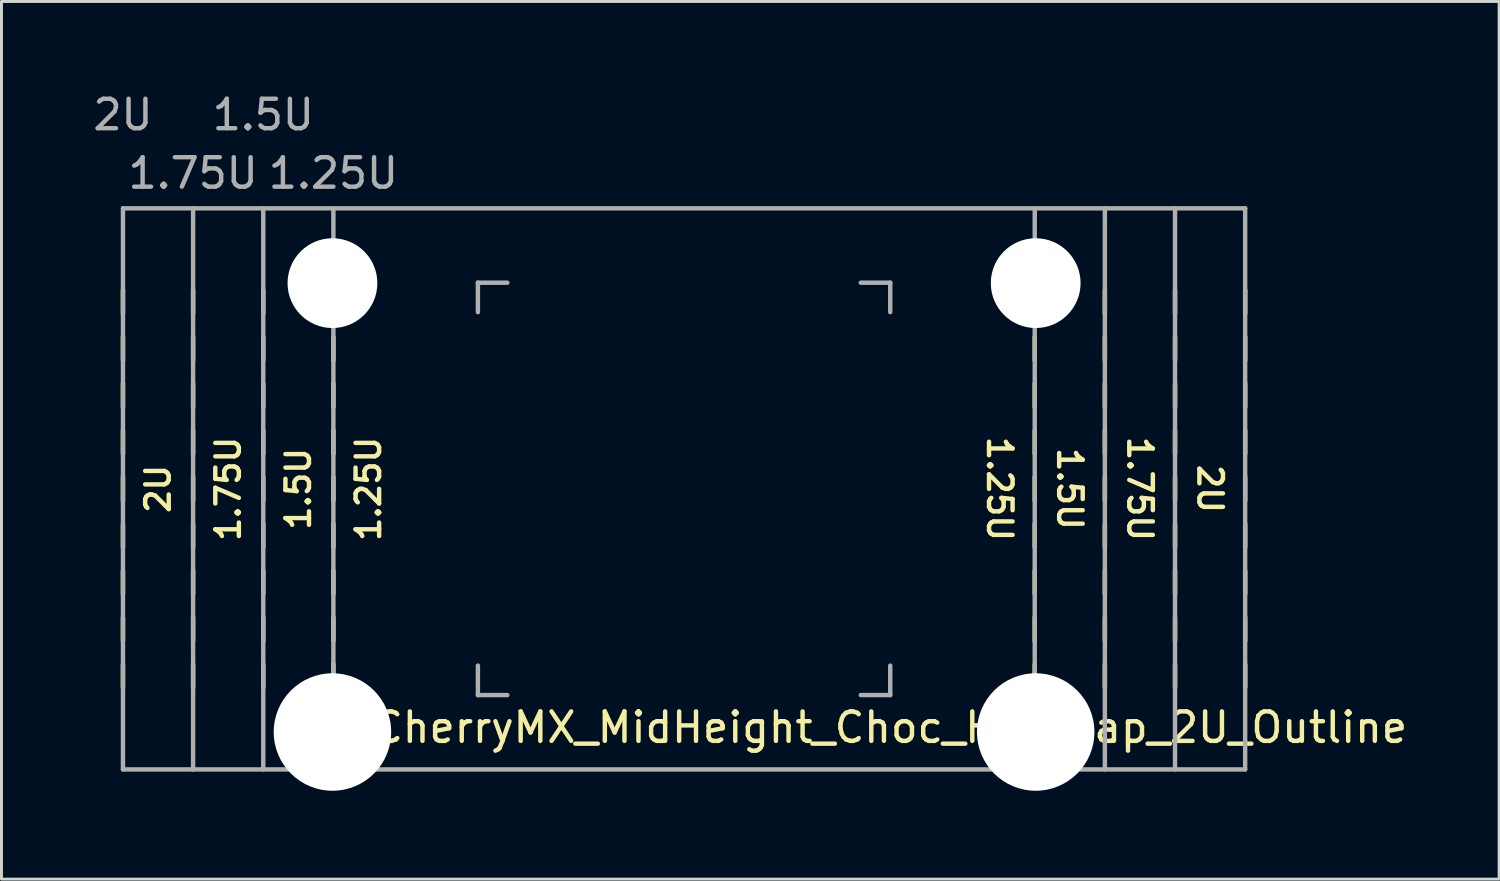
<source format=kicad_pcb>
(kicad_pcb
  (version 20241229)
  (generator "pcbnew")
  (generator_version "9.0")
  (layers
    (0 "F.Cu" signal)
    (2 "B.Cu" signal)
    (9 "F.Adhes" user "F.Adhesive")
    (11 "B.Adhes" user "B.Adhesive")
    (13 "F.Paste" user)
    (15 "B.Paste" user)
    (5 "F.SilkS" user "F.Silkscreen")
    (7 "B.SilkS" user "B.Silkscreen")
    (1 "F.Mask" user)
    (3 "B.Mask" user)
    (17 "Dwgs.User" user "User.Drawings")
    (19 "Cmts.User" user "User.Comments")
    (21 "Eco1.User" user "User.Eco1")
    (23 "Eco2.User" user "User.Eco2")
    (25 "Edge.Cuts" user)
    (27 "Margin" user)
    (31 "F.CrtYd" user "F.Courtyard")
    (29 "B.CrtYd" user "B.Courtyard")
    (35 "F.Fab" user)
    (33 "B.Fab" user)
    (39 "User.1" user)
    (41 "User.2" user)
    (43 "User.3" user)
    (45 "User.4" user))
  (footprint "CherryMX_MidHeight_Choc_Hotswap_2U_Outline"
    (layer "F.Cu")
    (at 20.175 13.548)
    (property "Reference" "CherryMX_MidHeight_Choc_Hotswap_2U_Outline" (at 7 8.1 0) (layer "F.SilkS") (effects (font (size 1 1) (thickness 0.15))))
    (attr through_hole)
    (fp_line (start -19.05 -5.953) (end -19.05 -6.747) (stroke (width 0.15) (type solid)) (layer "F.SilkS"))
    (fp_line (start -19.05 -4.366) (end -19.05 -5.159) (stroke (width 0.15) (type solid)) (layer "F.SilkS"))
    (fp_line (start -19.05 -2.778) (end -19.05 -3.572) (stroke (width 0.15) (type solid)) (layer "F.SilkS"))
    (fp_line (start -19.05 -1.191) (end -19.05 -1.984) (stroke (width 0.15) (type solid)) (layer "F.SilkS"))
    (fp_line (start -19.05 -0.397) (end -19.05 0.397) (stroke (width 0.15) (type solid)) (layer "F.SilkS"))
    (fp_line (start -19.05 1.191) (end -19.05 1.984) (stroke (width 0.15) (type solid)) (layer "F.SilkS"))
    (fp_line (start -19.05 2.778) (end -19.05 3.572) (stroke (width 0.15) (type solid)) (layer "F.SilkS"))
    (fp_line (start -19.05 4.366) (end -19.05 5.159) (stroke (width 0.15) (type solid)) (layer "F.SilkS"))
    (fp_line (start -19.05 5.953) (end -19.05 6.747) (stroke (width 0.15) (type solid)) (layer "F.SilkS"))
    (fp_line (start -16.669 -5.953) (end -16.669 -6.747) (stroke (width 0.15) (type solid)) (layer "F.SilkS"))
    (fp_line (start -16.669 -4.366) (end -16.669 -5.159) (stroke (width 0.15) (type solid)) (layer "F.SilkS"))
    (fp_line (start -16.669 -2.778) (end -16.669 -3.572) (stroke (width 0.15) (type solid)) (layer "F.SilkS"))
    (fp_line (start -16.669 -1.191) (end -16.669 -1.984) (stroke (width 0.15) (type solid)) (layer "F.SilkS"))
    (fp_line (start -16.669 -0.397) (end -16.669 0.397) (stroke (width 0.15) (type solid)) (layer "F.SilkS"))
    (fp_line (start -16.669 1.191) (end -16.669 1.984) (stroke (width 0.15) (type solid)) (layer "F.SilkS"))
    (fp_line (start -16.669 2.778) (end -16.669 3.572) (stroke (width 0.15) (type solid)) (layer "F.SilkS"))
    (fp_line (start -16.669 4.366) (end -16.669 5.159) (stroke (width 0.15) (type solid)) (layer "F.SilkS"))
    (fp_line (start -16.669 5.953) (end -16.669 6.747) (stroke (width 0.15) (type solid)) (layer "F.SilkS"))
    (fp_line (start -14.287 -5.953) (end -14.287 -6.747) (stroke (width 0.15) (type solid)) (layer "F.SilkS"))
    (fp_line (start -14.287 -4.366) (end -14.287 -5.159) (stroke (width 0.15) (type solid)) (layer "F.SilkS"))
    (fp_line (start -14.287 -2.778) (end -14.287 -3.572) (stroke (width 0.15) (type solid)) (layer "F.SilkS"))
    (fp_line (start -14.287 -1.191) (end -14.287 -1.984) (stroke (width 0.15) (type solid)) (layer "F.SilkS"))
    (fp_line (start -14.287 -0.397) (end -14.287 0.397) (stroke (width 0.15) (type solid)) (layer "F.SilkS"))
    (fp_line (start -14.287 1.191) (end -14.287 1.984) (stroke (width 0.15) (type solid)) (layer "F.SilkS"))
    (fp_line (start -14.287 2.778) (end -14.287 3.572) (stroke (width 0.15) (type solid)) (layer "F.SilkS"))
    (fp_line (start -14.287 4.366) (end -14.287 5.159) (stroke (width 0.15) (type solid)) (layer "F.SilkS"))
    (fp_line (start -14.287 5.953) (end -14.287 6.747) (stroke (width 0.15) (type solid)) (layer "F.SilkS"))
    (fp_line (start -11.906 -5.953) (end -11.906 -6.747) (stroke (width 0.15) (type solid)) (layer "F.SilkS"))
    (fp_line (start -11.906 -4.366) (end -11.906 -5.159) (stroke (width 0.15) (type solid)) (layer "F.SilkS"))
    (fp_line (start -11.906 -2.778) (end -11.906 -3.572) (stroke (width 0.15) (type solid)) (layer "F.SilkS"))
    (fp_line (start -11.906 -1.191) (end -11.906 -1.984) (stroke (width 0.15) (type solid)) (layer "F.SilkS"))
    (fp_line (start -11.906 -0.397) (end -11.906 0.397) (stroke (width 0.15) (type solid)) (layer "F.SilkS"))
    (fp_line (start -11.906 1.191) (end -11.906 1.984) (stroke (width 0.15) (type solid)) (layer "F.SilkS"))
    (fp_line (start -11.906 2.778) (end -11.906 3.572) (stroke (width 0.15) (type solid)) (layer "F.SilkS"))
    (fp_line (start -11.906 4.366) (end -11.906 5.159) (stroke (width 0.15) (type solid)) (layer "F.SilkS"))
    (fp_line (start -11.906 5.953) (end -11.906 6.747) (stroke (width 0.15) (type solid)) (layer "F.SilkS"))
    (fp_line (start 11.906 -5.953) (end 11.906 -6.747) (stroke (width 0.15) (type solid)) (layer "F.SilkS"))
    (fp_line (start 11.906 -4.366) (end 11.906 -5.159) (stroke (width 0.15) (type solid)) (layer "F.SilkS"))
    (fp_line (start 11.906 -2.778) (end 11.906 -3.572) (stroke (width 0.15) (type solid)) (layer "F.SilkS"))
    (fp_line (start 11.906 -1.191) (end 11.906 -1.984) (stroke (width 0.15) (type solid)) (layer "F.SilkS"))
    (fp_line (start 11.906 -0.397) (end 11.906 0.397) (stroke (width 0.15) (type solid)) (layer "F.SilkS"))
    (fp_line (start 11.906 1.191) (end 11.906 1.984) (stroke (width 0.15) (type solid)) (layer "F.SilkS"))
    (fp_line (start 11.906 2.778) (end 11.906 3.572) (stroke (width 0.15) (type solid)) (layer "F.SilkS"))
    (fp_line (start 11.906 4.366) (end 11.906 5.159) (stroke (width 0.15) (type solid)) (layer "F.SilkS"))
    (fp_line (start 11.906 5.953) (end 11.906 6.747) (stroke (width 0.15) (type solid)) (layer "F.SilkS"))
    (fp_line (start 14.287 -5.953) (end 14.287 -6.747) (stroke (width 0.15) (type solid)) (layer "F.SilkS"))
    (fp_line (start 14.287 -4.366) (end 14.287 -5.159) (stroke (width 0.15) (type solid)) (layer "F.SilkS"))
    (fp_line (start 14.287 -2.778) (end 14.287 -3.572) (stroke (width 0.15) (type solid)) (layer "F.SilkS"))
    (fp_line (start 14.287 -1.191) (end 14.287 -1.984) (stroke (width 0.15) (type solid)) (layer "F.SilkS"))
    (fp_line (start 14.287 -0.397) (end 14.287 0.397) (stroke (width 0.15) (type solid)) (layer "F.SilkS"))
    (fp_line (start 14.287 1.191) (end 14.287 1.984) (stroke (width 0.15) (type solid)) (layer "F.SilkS"))
    (fp_line (start 14.287 2.778) (end 14.287 3.572) (stroke (width 0.15) (type solid)) (layer "F.SilkS"))
    (fp_line (start 14.287 4.366) (end 14.287 5.159) (stroke (width 0.15) (type solid)) (layer "F.SilkS"))
    (fp_line (start 14.287 5.953) (end 14.287 6.747) (stroke (width 0.15) (type solid)) (layer "F.SilkS"))
    (fp_line (start 16.669 -5.953) (end 16.669 -6.747) (stroke (width 0.15) (type solid)) (layer "F.SilkS"))
    (fp_line (start 16.669 -4.366) (end 16.669 -5.159) (stroke (width 0.15) (type solid)) (layer "F.SilkS"))
    (fp_line (start 16.669 -2.778) (end 16.669 -3.572) (stroke (width 0.15) (type solid)) (layer "F.SilkS"))
    (fp_line (start 16.669 -1.191) (end 16.669 -1.984) (stroke (width 0.15) (type solid)) (layer "F.SilkS"))
    (fp_line (start 16.669 -0.397) (end 16.669 0.397) (stroke (width 0.15) (type solid)) (layer "F.SilkS"))
    (fp_line (start 16.669 1.191) (end 16.669 1.984) (stroke (width 0.15) (type solid)) (layer "F.SilkS"))
    (fp_line (start 16.669 2.778) (end 16.669 3.572) (stroke (width 0.15) (type solid)) (layer "F.SilkS"))
    (fp_line (start 16.669 4.366) (end 16.669 5.159) (stroke (width 0.15) (type solid)) (layer "F.SilkS"))
    (fp_line (start 16.669 5.953) (end 16.669 6.747) (stroke (width 0.15) (type solid)) (layer "F.SilkS"))
    (fp_line (start 19.05 -5.953) (end 19.05 -6.747) (stroke (width 0.15) (type solid)) (layer "F.SilkS"))
    (fp_line (start 19.05 -4.366) (end 19.05 -5.159) (stroke (width 0.15) (type solid)) (layer "F.SilkS"))
    (fp_line (start 19.05 -2.778) (end 19.05 -3.572) (stroke (width 0.15) (type solid)) (layer "F.SilkS"))
    (fp_line (start 19.05 -1.191) (end 19.05 -1.984) (stroke (width 0.15) (type solid)) (layer "F.SilkS"))
    (fp_line (start 19.05 -0.397) (end 19.05 0.397) (stroke (width 0.15) (type solid)) (layer "F.SilkS"))
    (fp_line (start 19.05 1.191) (end 19.05 1.984) (stroke (width 0.15) (type solid)) (layer "F.SilkS"))
    (fp_line (start 19.05 2.778) (end 19.05 3.572) (stroke (width 0.15) (type solid)) (layer "F.SilkS"))
    (fp_line (start 19.05 4.366) (end 19.05 5.159) (stroke (width 0.15) (type solid)) (layer "F.SilkS"))
    (fp_line (start 19.05 5.953) (end 19.05 6.747) (stroke (width 0.15) (type solid)) (layer "F.SilkS"))
    (fp_line (start -19.05 -9.525) (end -19.05 9.525) (stroke (width 0.15) (type solid)) (layer "F.Fab"))
    (fp_line (start -19.05 -9.525) (end 19.05 -9.525) (stroke (width 0.15) (type solid)) (layer "F.Fab"))
    (fp_line (start -19.05 9.525) (end 19.05 9.525) (stroke (width 0.15) (type solid)) (layer "F.Fab"))
    (fp_line (start -16.669 -9.525) (end -16.669 9.525) (stroke (width 0.15) (type solid)) (layer "F.Fab"))
    (fp_line (start -14.287 -9.525) (end -14.287 9.525) (stroke (width 0.15) (type solid)) (layer "F.Fab"))
    (fp_line (start -11.906 -9.525) (end -11.906 9.525) (stroke (width 0.15) (type solid)) (layer "F.Fab"))
    (fp_line (start -7 -7) (end -7 -6) (stroke (width 0.15) (type solid)) (layer "F.Fab"))
    (fp_line (start -7 6) (end -7 7) (stroke (width 0.15) (type solid)) (layer "F.Fab"))
    (fp_line (start -7 7) (end -6 7) (stroke (width 0.15) (type solid)) (layer "F.Fab"))
    (fp_line (start -6 -7) (end -7 -7) (stroke (width 0.15) (type solid)) (layer "F.Fab"))
    (fp_line (start 6 -7) (end 7 -7) (stroke (width 0.15) (type solid)) (layer "F.Fab"))
    (fp_line (start 6 7) (end 7 7) (stroke (width 0.15) (type solid)) (layer "F.Fab"))
    (fp_line (start 7 -7) (end 7 -6) (stroke (width 0.15) (type solid)) (layer "F.Fab"))
    (fp_line (start 7 7) (end 7 6) (stroke (width 0.15) (type solid)) (layer "F.Fab"))
    (fp_line (start 11.906 -9.525) (end 11.906 9.525) (stroke (width 0.15) (type solid)) (layer "F.Fab"))
    (fp_line (start 14.287 -9.525) (end 14.287 9.525) (stroke (width 0.15) (type solid)) (layer "F.Fab"))
    (fp_line (start 16.669 -9.525) (end 16.669 9.525) (stroke (width 0.15) (type solid)) (layer "F.Fab"))
    (fp_line (start 19.05 -9.525) (end 19.05 9.525) (stroke (width 0.15) (type solid)) (layer "F.Fab"))
    (fp_text user "1.75U" (at 15.478 0 270) (unlocked yes) (layer "F.SilkS") (effects (font (size 0.8 0.8) (thickness 0.15))))
    (fp_text user "2U" (at 17.859 0 270) (unlocked yes) (layer "F.SilkS") (effects (font (size 0.8 0.8) (thickness 0.15))))
    (fp_text user "1.25U" (at -10.716 0 90) (unlocked yes) (layer "F.SilkS") (effects (font (size 0.8 0.8) (thickness 0.15))))
    (fp_text user "1.25U" (at 10.716 0 270) (unlocked yes) (layer "F.SilkS") (effects (font (size 0.8 0.8) (thickness 0.15))))
    (fp_text user "1.5U" (at -13.097 0 90) (unlocked yes) (layer "F.SilkS") (effects (font (size 0.8 0.8) (thickness 0.15))))
    (fp_text user "1.5U" (at 13.097 0 270) (unlocked yes) (layer "F.SilkS") (effects (font (size 0.8 0.8) (thickness 0.15))))
    (fp_text user "1.75U" (at -15.478 0 90) (unlocked yes) (layer "F.SilkS") (effects (font (size 0.8 0.8) (thickness 0.15))))
    (fp_text user "2U" (at -17.859 0 90) (unlocked yes) (layer "F.SilkS") (effects (font (size 0.8 0.8) (thickness 0.15))))
    (fp_text user "2U" (at -19.05 -12.7 0) (layer "F.Fab") (effects (font (size 1 1) (thickness 0.15))))
    (fp_text user "1.25U" (at -11.906 -10.716 0) (layer "F.Fab") (effects (font (size 1 1) (thickness 0.15))))
    (fp_text user "1.5U" (at -14.287 -12.7 0) (layer "F.Fab") (effects (font (size 1 1) (thickness 0.15))))
    (fp_text user "1.75U" (at -16.669 -10.716 0) (layer "F.Fab") (effects (font (size 1 1) (thickness 0.15))))
    (pad "" np_thru_hole circle (at -11.938 -6.985) (size 3.048 3.048) (drill 3.048) (layers "*.Cu" "*.Mask"))
    (pad "" np_thru_hole circle (at -11.938 8.255) (size 3.988 3.988) (drill 3.988) (layers "*.Cu" "*.Mask"))
    (pad "" np_thru_hole circle (at 11.938 -6.985) (size 3.048 3.048) (drill 3.048) (layers "*.Cu" "*.Mask"))
    (pad "" np_thru_hole circle (at 11.938 8.255) (size 3.988 3.988) (drill 3.988) (layers "*.Cu" "*.Mask")))
  (gr_rect
    (start -3 -3)
    (end 47.848 26.797)
    (stroke (width 0.1) (type default))
    (fill no)
    (layer "Edge.Cuts")))
</source>
